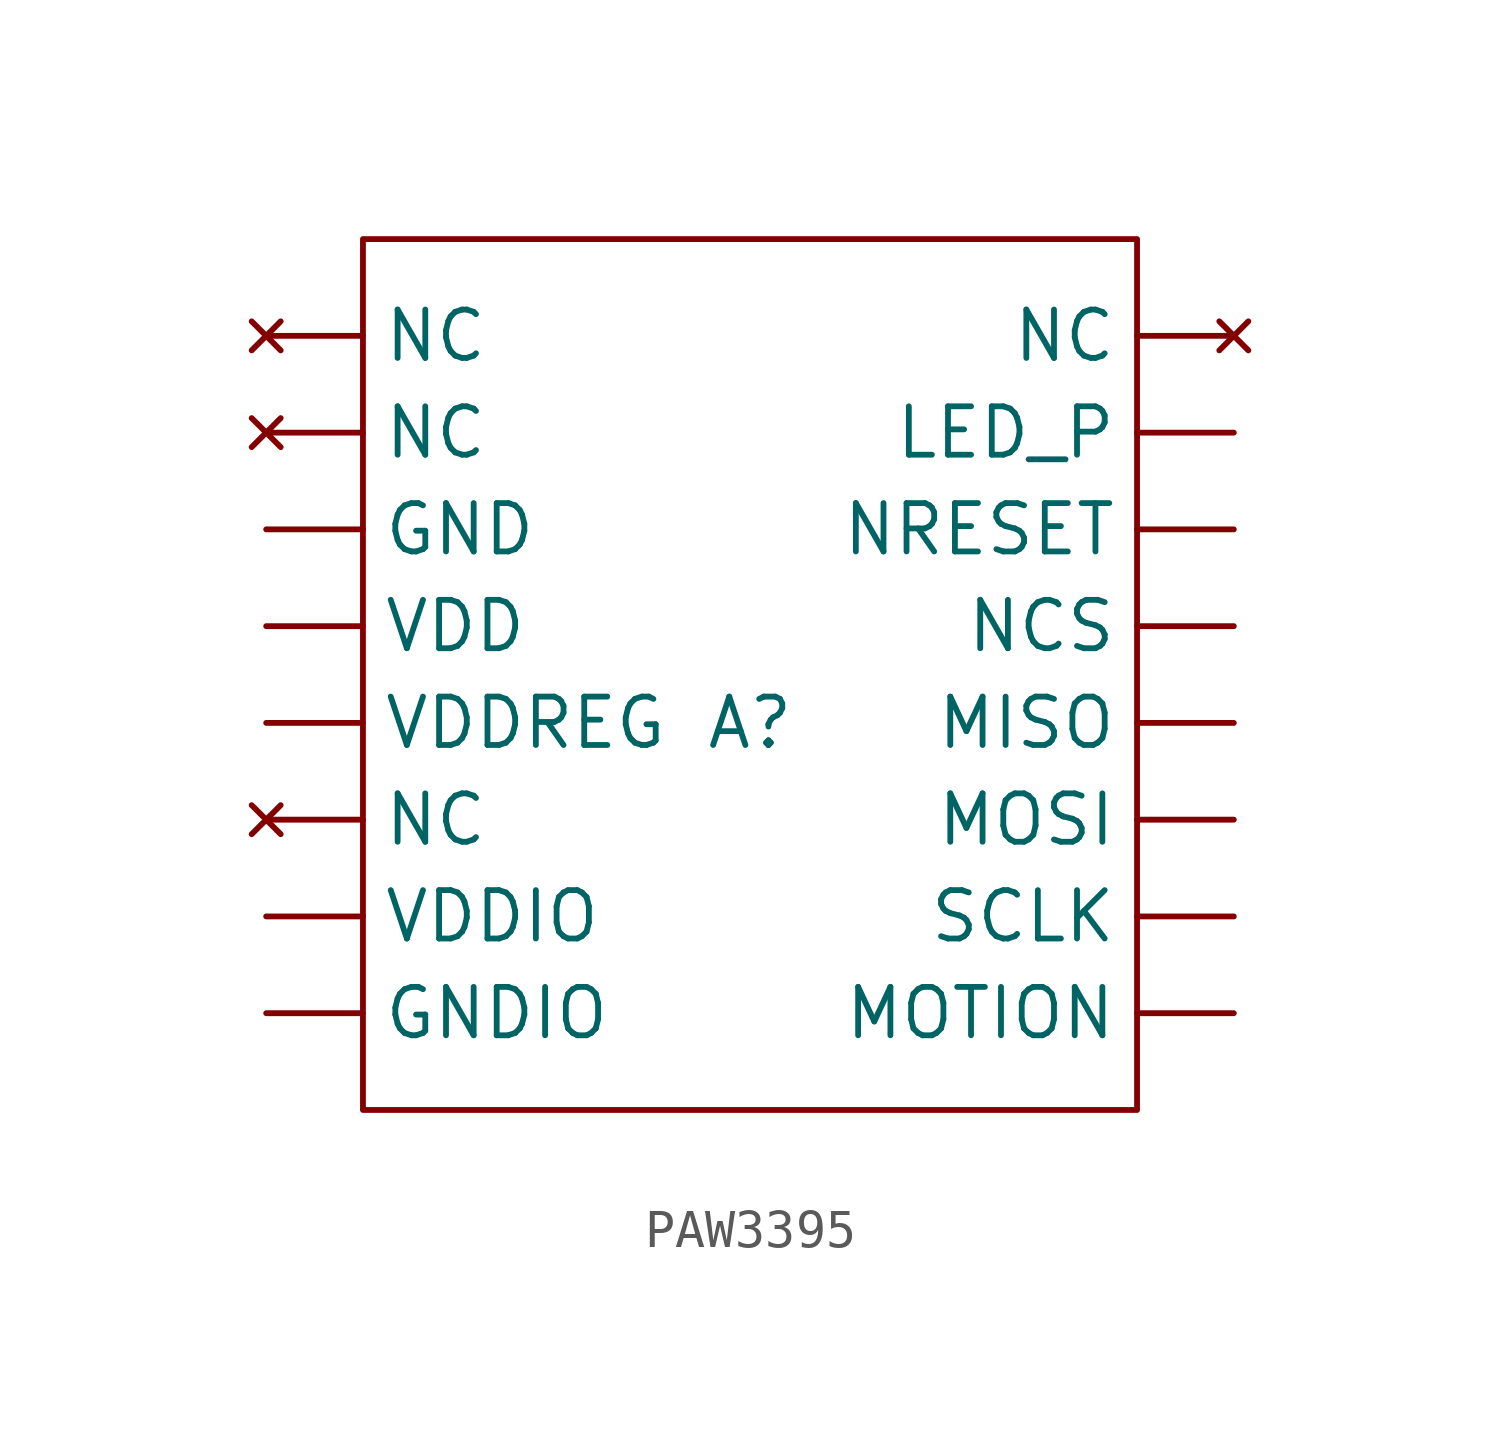
<source format=kicad_sym>
(kicad_symbol_lib
  (version 20241209)
  (generator "kicad_symbol_editor")
  (generator_version "9.0")
  (symbol "PAW3395"
    (property "Reference" "A"
      (at 0 0 0)
      (effects (font (size 1.27 1.27))))
    (property "Value" ""
      (at 0 0 0)
      (effects (font (size 1.27 1.27))))
    (symbol "PAW3395_0_1"
      (rectangle (start -10.16 12.7) (end 10.16 -10.16) (stroke (width 0) (type default)) (fill (type none))))
    (symbol "PAW3395_1_1"
      (pin no_connect line (at -12.7 10.16 0) (length 2.54) (name "NC" (effects (font (size 1.27 1.27)))) (number "" (effects (font (size 1.27 1.27)))))
      (pin no_connect line (at -12.7 7.62 0) (length 2.54) (name "NC" (effects (font (size 1.27 1.27)))) (number "" (effects (font (size 1.27 1.27)))))
      (pin power_out line (at -12.7 5.08 0) (length 2.54) (name "GND" (effects (font (size 1.27 1.27)))) (number "" (effects (font (size 1.27 1.27)))))
      (pin power_in line (at -12.7 2.54 0) (length 2.54) (name "VDD" (effects (font (size 1.27 1.27)))) (number "" (effects (font (size 1.27 1.27)))))
      (pin power_in line (at -12.7 0 0) (length 2.54) (name "VDDREG" (effects (font (size 1.27 1.27)))) (number "" (effects (font (size 1.27 1.27)))))
      (pin no_connect line (at -12.7 -2.54 0) (length 2.54) (name "NC" (effects (font (size 1.27 1.27)))) (number "" (effects (font (size 1.27 1.27)))))
      (pin power_in line (at -12.7 -5.08 0) (length 2.54) (name "VDDIO" (effects (font (size 1.27 1.27)))) (number "" (effects (font (size 1.27 1.27)))))
      (pin power_out line (at -12.7 -7.62 0) (length 2.54) (name "GNDIO" (effects (font (size 1.27 1.27)))) (number "" (effects (font (size 1.27 1.27)))))
      (pin no_connect line (at 12.7 10.16 180) (length 2.54) (name "NC" (effects (font (size 1.27 1.27)))) (number "" (effects (font (size 1.27 1.27)))))
      (pin input line (at 12.7 7.62 180) (length 2.54) (name "LED_P" (effects (font (size 1.27 1.27)))) (number "" (effects (font (size 1.27 1.27)))))
      (pin input line (at 12.7 5.08 180) (length 2.54) (name "NRESET" (effects (font (size 1.27 1.27)))) (number "" (effects (font (size 1.27 1.27)))))
      (pin input line (at 12.7 2.54 180) (length 2.54) (name "NCS" (effects (font (size 1.27 1.27)))) (number "" (effects (font (size 1.27 1.27)))))
      (pin output line (at 12.7 0 180) (length 2.54) (name "MISO" (effects (font (size 1.27 1.27)))) (number "" (effects (font (size 1.27 1.27)))))
      (pin input line (at 12.7 -2.54 180) (length 2.54) (name "MOSI" (effects (font (size 1.27 1.27)))) (number "" (effects (font (size 1.27 1.27)))))
      (pin input line (at 12.7 -5.08 180) (length 2.54) (name "SCLK" (effects (font (size 1.27 1.27)))) (number "" (effects (font (size 1.27 1.27)))))
      (pin unspecified line (at 12.7 -7.62 180) (length 2.54) (name "MOTION" (effects (font (size 1.27 1.27)))) (number "" (effects (font (size 1.27 1.27))))))))
</source>
